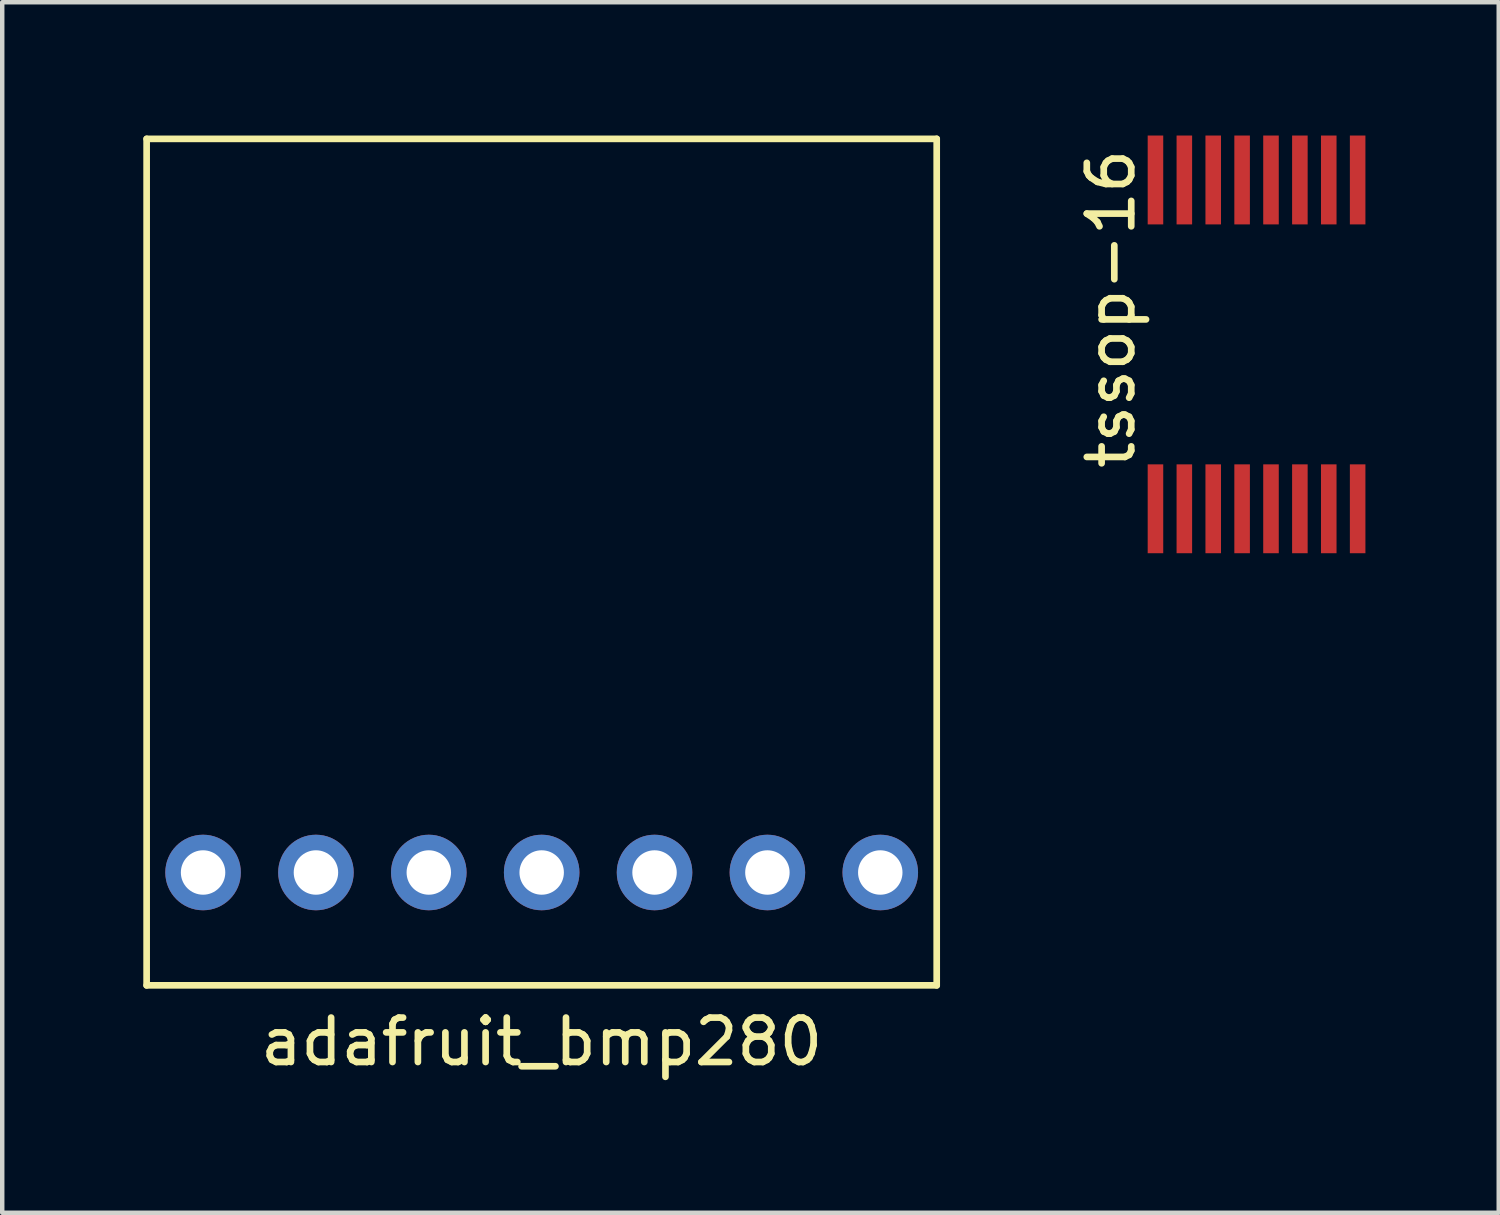
<source format=kicad_pcb>
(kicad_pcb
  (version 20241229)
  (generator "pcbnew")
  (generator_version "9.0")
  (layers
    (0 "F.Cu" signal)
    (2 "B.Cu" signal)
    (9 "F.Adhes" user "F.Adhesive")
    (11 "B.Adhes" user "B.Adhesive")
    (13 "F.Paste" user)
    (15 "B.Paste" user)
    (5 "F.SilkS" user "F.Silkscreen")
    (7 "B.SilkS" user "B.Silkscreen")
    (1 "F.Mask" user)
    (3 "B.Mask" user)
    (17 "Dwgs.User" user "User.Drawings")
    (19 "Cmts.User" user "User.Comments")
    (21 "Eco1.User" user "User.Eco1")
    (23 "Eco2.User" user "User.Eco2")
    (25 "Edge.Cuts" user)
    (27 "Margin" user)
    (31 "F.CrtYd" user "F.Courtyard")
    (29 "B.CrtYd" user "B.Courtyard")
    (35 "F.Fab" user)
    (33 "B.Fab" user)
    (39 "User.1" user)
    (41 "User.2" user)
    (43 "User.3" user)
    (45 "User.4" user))
  (footprint "adafruit_bmp280"
    (layer "F.Cu")
    (at 0.25 19.125)
    (property "Reference" "adafruit_bmp280" (at 8.89 1.27 0) (layer "F.SilkS") (effects (font (size 1 1) (thickness 0.15))))
    (attr through_hole)
    (fp_line (start 0 -19.05) (end 0 0) (stroke (width 0.15) (type solid)) (layer "F.SilkS"))
    (fp_line (start 0 0) (end 17.78 0) (stroke (width 0.15) (type solid)) (layer "F.SilkS"))
    (fp_line (start 17.78 -19.05) (end 0 -19.05) (stroke (width 0.15) (type solid)) (layer "F.SilkS"))
    (fp_line (start 17.78 0) (end 17.78 -19.05) (stroke (width 0.15) (type solid)) (layer "F.SilkS"))
    (pad "1" thru_hole circle (at 1.27 -2.54) (size 1.7 1.7) (drill 1) (layers "*.Cu" "*.Mask"))
    (pad "2" thru_hole circle (at 3.81 -2.54) (size 1.7 1.7) (drill 1) (layers "*.Cu" "*.Mask"))
    (pad "3" thru_hole circle (at 6.35 -2.54) (size 1.7 1.7) (drill 1) (layers "*.Cu" "*.Mask"))
    (pad "4" thru_hole circle (at 8.89 -2.54) (size 1.7 1.7) (drill 1) (layers "*.Cu" "*.Mask"))
    (pad "5" thru_hole circle (at 11.43 -2.54) (size 1.7 1.7) (drill 1) (layers "*.Cu" "*.Mask"))
    (pad "6" thru_hole circle (at 13.97 -2.54) (size 1.7 1.7) (drill 1) (layers "*.Cu" "*.Mask"))
    (pad "7" thru_hole circle (at 16.51 -2.54) (size 1.7 1.7) (drill 1) (layers "*.Cu" "*.Mask")))
  (footprint "tssop-16"
    (layer "F.Cu")
    (at 22.953 8.4)
    (property "Reference" "tssop-16" (at -1 -4.5 90) (layer "F.SilkS") (effects (font (size 1 1) (thickness 0.15))))
    (attr through_hole)
    (pad "1" smd rect (at 0 0) (size 0.35 2) (layers "F.Cu" "F.Mask" "F.Paste"))
    (pad "2" smd rect (at 0.65 0) (size 0.35 2) (layers "F.Cu" "F.Mask" "F.Paste"))
    (pad "3" smd rect (at 1.3 0) (size 0.35 2) (layers "F.Cu" "F.Mask" "F.Paste"))
    (pad "4" smd rect (at 1.95 0) (size 0.35 2) (layers "F.Cu" "F.Mask" "F.Paste"))
    (pad "5" smd rect (at 2.6 0) (size 0.35 2) (layers "F.Cu" "F.Mask" "F.Paste"))
    (pad "6" smd rect (at 3.25 0) (size 0.35 2) (layers "F.Cu" "F.Mask" "F.Paste"))
    (pad "7" smd rect (at 3.9 0) (size 0.35 2) (layers "F.Cu" "F.Mask" "F.Paste"))
    (pad "8" smd rect (at 4.55 0) (size 0.35 2) (layers "F.Cu" "F.Mask" "F.Paste"))
    (pad "9" smd rect (at 4.55 -7.4) (size 0.35 2) (layers "F.Cu" "F.Mask" "F.Paste"))
    (pad "10" smd rect (at 3.9 -7.4) (size 0.35 2) (layers "F.Cu" "F.Mask" "F.Paste"))
    (pad "11" smd rect (at 3.25 -7.4) (size 0.35 2) (layers "F.Cu" "F.Mask" "F.Paste"))
    (pad "12" smd rect (at 2.6 -7.4) (size 0.35 2) (layers "F.Cu" "F.Mask" "F.Paste"))
    (pad "13" smd rect (at 1.95 -7.4) (size 0.35 2) (layers "F.Cu" "F.Mask" "F.Paste"))
    (pad "14" smd rect (at 1.3 -7.4) (size 0.35 2) (layers "F.Cu" "F.Mask" "F.Paste"))
    (pad "15" smd rect (at 0.65 -7.4) (size 0.35 2) (layers "F.Cu" "F.Mask" "F.Paste"))
    (pad "16" smd rect (at 0 -7.4) (size 0.35 2) (layers "F.Cu" "F.Mask" "F.Paste")))
  (gr_rect
    (start -3 -3)
    (end 30.678 24.243)
    (stroke (width 0.1) (type default))
    (fill no)
    (layer "Edge.Cuts")))
</source>
